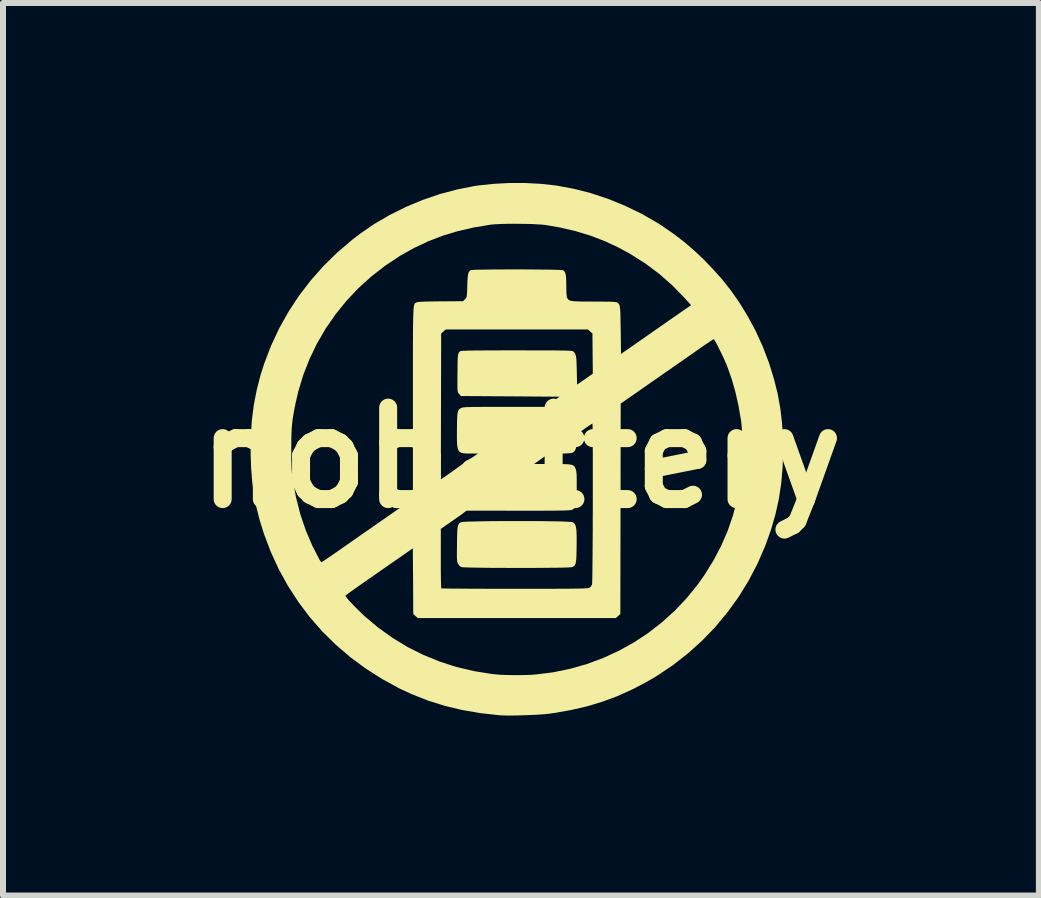
<source format=kicad_pcb>
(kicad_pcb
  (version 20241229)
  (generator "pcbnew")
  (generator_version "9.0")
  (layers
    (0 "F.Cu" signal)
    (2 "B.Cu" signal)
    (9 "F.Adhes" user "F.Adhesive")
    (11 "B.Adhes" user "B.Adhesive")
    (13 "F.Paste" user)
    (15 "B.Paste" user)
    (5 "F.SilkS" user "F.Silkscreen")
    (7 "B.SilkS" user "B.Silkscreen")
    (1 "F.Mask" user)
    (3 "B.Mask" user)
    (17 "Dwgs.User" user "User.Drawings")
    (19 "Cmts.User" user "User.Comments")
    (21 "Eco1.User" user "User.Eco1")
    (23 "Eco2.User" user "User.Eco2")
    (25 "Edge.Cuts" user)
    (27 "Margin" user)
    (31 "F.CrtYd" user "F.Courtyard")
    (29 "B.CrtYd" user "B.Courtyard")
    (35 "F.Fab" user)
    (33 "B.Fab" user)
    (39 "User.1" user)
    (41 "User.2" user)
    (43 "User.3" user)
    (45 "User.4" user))
  (footprint "nobattery"
    (layer "F.Cu")
    (at 5.632 4.578)
    (property "Reference" "nobattery" (at 0 0 0) (layer "F.SilkS") (effects (font (size 1.524 1.524) (thickness 0.3))))
    (attr board_only exclude_from_pos_files exclude_from_bom)
    (fp_poly (pts (xy 0.123 1.055) (xy 0.247 1.056) (xy 0.367 1.057) (xy 0.478 1.059) (xy 0.579 1.06) (xy 0.669 1.062) (xy 0.743 1.065) (xy 0.802 1.068) (xy 0.841 1.071) (xy 0.859 1.075) (xy 0.88 1.088) (xy 0.897 1.105) (xy 0.909 1.129) (xy 0.918 1.163) (xy 0.924 1.209) (xy 0.927 1.269) (xy 0.928 1.347) (xy 0.928 1.444) (xy 0.927 1.471) (xy 0.926 1.566) (xy 0.924 1.64) (xy 0.921 1.697) (xy 0.915 1.739) (xy 0.908 1.769) (xy 0.898 1.791) (xy 0.884 1.805) (xy 0.865 1.817) (xy 0.853 1.822) (xy 0.836 1.825) (xy 0.797 1.828) (xy 0.74 1.83) (xy 0.666 1.832) (xy 0.578 1.833) (xy 0.478 1.834) (xy 0.367 1.835) (xy 0.249 1.836) (xy 0.125 1.837) (xy -0.002 1.837) (xy -0.131 1.837) (xy -0.258 1.836) (xy -0.383 1.836) (xy -0.501 1.835) (xy -0.613 1.834) (xy -0.714 1.832) (xy -0.804 1.831) (xy -0.879 1.829) (xy -0.938 1.827) (xy -0.979 1.824) (xy -0.998 1.821) (xy -0.999 1.821) (xy -1.024 1.801) (xy -1.047 1.771) (xy -1.049 1.766) (xy -1.056 1.752) (xy -1.061 1.734) (xy -1.064 1.712) (xy -1.067 1.681) (xy -1.068 1.637) (xy -1.068 1.579) (xy -1.067 1.504) (xy -1.066 1.435) (xy -1.065 1.339) (xy -1.063 1.263) (xy -1.06 1.205) (xy -1.055 1.162) (xy -1.049 1.131) (xy -1.04 1.109) (xy -1.029 1.094) (xy -1.013 1.083) (xy -1 1.075) (xy -0.981 1.071) (xy -0.942 1.068) (xy -0.883 1.065) (xy -0.808 1.063) (xy -0.719 1.061) (xy -0.618 1.059) (xy -0.506 1.057) (xy -0.387 1.056) (xy -0.262 1.056) (xy -0.134 1.055) (xy -0.005 1.055)) (stroke (width 0) (type solid)) (fill yes) (layer "F.SilkS"))
    (fp_poly (pts (xy 0.073 -4.578) (xy 0.337 -4.564) (xy 0.581 -4.537) (xy 0.872 -4.484) (xy 1.163 -4.41) (xy 1.452 -4.314) (xy 1.734 -4.199) (xy 2.009 -4.066) (xy 2.271 -3.915) (xy 2.353 -3.863) (xy 2.541 -3.733) (xy 2.718 -3.598) (xy 2.886 -3.454) (xy 3.051 -3.298) (xy 3.215 -3.126) (xy 3.339 -2.987) (xy 3.497 -2.79) (xy 3.646 -2.576) (xy 3.786 -2.346) (xy 3.914 -2.106) (xy 4.027 -1.858) (xy 4.123 -1.608) (xy 4.143 -1.551) (xy 4.218 -1.304) (xy 4.278 -1.065) (xy 4.321 -0.827) (xy 4.35 -0.585) (xy 4.366 -0.333) (xy 4.369 -0.143) (xy 4.361 0.145) (xy 4.338 0.42) (xy 4.298 0.685) (xy 4.241 0.944) (xy 4.166 1.202) (xy 4.073 1.463) (xy 4.07 1.47) (xy 3.942 1.765) (xy 3.794 2.048) (xy 3.627 2.319) (xy 3.441 2.576) (xy 3.239 2.82) (xy 3.019 3.048) (xy 2.784 3.26) (xy 2.533 3.456) (xy 2.268 3.634) (xy 2.091 3.738) (xy 1.851 3.863) (xy 1.61 3.972) (xy 1.365 4.063) (xy 1.112 4.14) (xy 0.848 4.202) (xy 0.568 4.252) (xy 0.476 4.265) (xy 0.416 4.272) (xy 0.337 4.278) (xy 0.246 4.284) (xy 0.146 4.288) (xy 0.042 4.292) (xy -0.06 4.295) (xy -0.157 4.296) (xy -0.243 4.296) (xy -0.315 4.294) (xy -0.354 4.292) (xy -0.672 4.257) (xy -0.975 4.205) (xy -1.266 4.136) (xy -1.547 4.048) (xy -1.818 3.941) (xy -2.028 3.844) (xy -2.315 3.687) (xy -2.588 3.513) (xy -2.846 3.322) (xy -3.088 3.115) (xy -3.313 2.893) (xy -3.521 2.655) (xy -3.711 2.402) (xy -3.777 2.3) (xy -2.926 2.3) (xy -2.92 2.313) (xy -2.899 2.339) (xy -2.868 2.377) (xy -2.827 2.421) (xy -2.779 2.471) (xy -2.727 2.524) (xy -2.674 2.576) (xy -2.622 2.626) (xy -2.607 2.64) (xy -2.379 2.831) (xy -2.139 3.003) (xy -1.889 3.155) (xy -1.627 3.286) (xy -1.355 3.397) (xy -1.075 3.487) (xy -0.785 3.556) (xy -0.488 3.603) (xy -0.394 3.613) (xy -0.321 3.618) (xy -0.232 3.621) (xy -0.131 3.623) (xy -0.027 3.623) (xy 0.074 3.621) (xy 0.167 3.618) (xy 0.238 3.613) (xy 0.531 3.577) (xy 0.817 3.518) (xy 1.097 3.439) (xy 1.368 3.338) (xy 1.63 3.218) (xy 1.882 3.078) (xy 2.123 2.919) (xy 2.35 2.742) (xy 2.565 2.548) (xy 2.764 2.337) (xy 2.948 2.11) (xy 3.055 1.958) (xy 3.205 1.718) (xy 3.334 1.473) (xy 3.443 1.223) (xy 3.532 0.964) (xy 3.603 0.693) (xy 3.657 0.409) (xy 3.668 0.337) (xy 3.676 0.259) (xy 3.683 0.164) (xy 3.687 0.055) (xy 3.69 -0.062) (xy 3.69 -0.181) (xy 3.688 -0.299) (xy 3.684 -0.41) (xy 3.679 -0.51) (xy 3.671 -0.592) (xy 3.668 -0.616) (xy 3.626 -0.861) (xy 3.575 -1.09) (xy 3.513 -1.307) (xy 3.439 -1.517) (xy 3.437 -1.522) (xy 3.417 -1.571) (xy 3.392 -1.628) (xy 3.363 -1.691) (xy 3.333 -1.754) (xy 3.302 -1.816) (xy 3.274 -1.873) (xy 3.249 -1.92) (xy 3.229 -1.954) (xy 3.216 -1.973) (xy 3.213 -1.975) (xy 3.2 -1.969) (xy 3.171 -1.951) (xy 3.129 -1.923) (xy 3.076 -1.888) (xy 3.017 -1.847) (xy 2.988 -1.827) (xy 2.911 -1.773) (xy 2.826 -1.713) (xy 2.739 -1.653) (xy 2.658 -1.596) (xy 2.594 -1.552) (xy 2.534 -1.51) (xy 2.46 -1.458) (xy 2.376 -1.4) (xy 2.288 -1.338) (xy 2.2 -1.277) (xy 2.126 -1.226) (xy 2.049 -1.172) (xy 1.974 -1.119) (xy 1.903 -1.07) (xy 1.841 -1.027) (xy 1.79 -0.992) (xy 1.755 -0.967) (xy 1.752 -0.965) (xy 1.662 -0.904) (xy 1.656 2.605) (xy 1.618 2.639) (xy 1.58 2.672) (xy -1.719 2.672) (xy -1.757 2.639) (xy -1.795 2.605) (xy -1.798 2.057) (xy -1.801 1.678) (xy -1.336 1.678) (xy -1.336 1.782) (xy -1.336 1.88) (xy -1.335 1.967) (xy -1.334 2.043) (xy -1.332 2.104) (xy -1.331 2.148) (xy -1.329 2.172) (xy -1.328 2.177) (xy -1.316 2.178) (xy -1.282 2.179) (xy -1.228 2.18) (xy -1.155 2.181) (xy -1.065 2.181) (xy -0.959 2.182) (xy -0.839 2.183) (xy -0.707 2.183) (xy -0.564 2.184) (xy -0.411 2.184) (xy -0.251 2.184) (xy -0.102 2.184) (xy 0.094 2.184) (xy 0.269 2.184) (xy 0.423 2.184) (xy 0.558 2.184) (xy 0.674 2.183) (xy 0.774 2.183) (xy 0.859 2.182) (xy 0.93 2.181) (xy 0.988 2.18) (xy 1.034 2.179) (xy 1.07 2.177) (xy 1.098 2.175) (xy 1.118 2.173) (xy 1.131 2.171) (xy 1.14 2.168) (xy 1.144 2.166) (xy 1.168 2.142) (xy 1.184 2.112) (xy 1.186 2.097) (xy 1.187 2.06) (xy 1.189 2.004) (xy 1.19 1.93) (xy 1.191 1.841) (xy 1.192 1.737) (xy 1.193 1.622) (xy 1.194 1.495) (xy 1.195 1.36) (xy 1.196 1.218) (xy 1.196 1.07) (xy 1.197 0.919) (xy 1.197 0.767) (xy 1.197 0.614) (xy 1.197 0.464) (xy 1.197 0.316) (xy 1.197 0.175) (xy 1.197 0.04) (xy 1.197 -0.086) (xy 1.196 -0.201) (xy 1.196 -0.304) (xy 1.195 -0.392) (xy 1.194 -0.465) (xy 1.193 -0.52) (xy 1.192 -0.555) (xy 1.19 -0.569) (xy 1.19 -0.569) (xy 1.179 -0.563) (xy 1.152 -0.546) (xy 1.114 -0.52) (xy 1.068 -0.488) (xy 1.058 -0.481) (xy 0.932 -0.393) (xy 0.928 -0.274) (xy 0.923 -0.203) (xy 0.914 -0.152) (xy 0.898 -0.116) (xy 0.876 -0.093) (xy 0.853 -0.081) (xy 0.831 -0.077) (xy 0.791 -0.074) (xy 0.738 -0.071) (xy 0.676 -0.07) (xy 0.644 -0.07) (xy 0.464 -0.07) (xy 0.341 0.017) (xy 0.218 0.105) (xy 0.522 0.105) (xy 0.622 0.105) (xy 0.702 0.106) (xy 0.764 0.108) (xy 0.811 0.112) (xy 0.845 0.118) (xy 0.869 0.128) (xy 0.886 0.141) (xy 0.898 0.158) (xy 0.908 0.179) (xy 0.911 0.187) (xy 0.918 0.206) (xy 0.922 0.23) (xy 0.926 0.262) (xy 0.928 0.305) (xy 0.929 0.363) (xy 0.929 0.438) (xy 0.929 0.498) (xy 0.928 0.596) (xy 0.926 0.673) (xy 0.923 0.732) (xy 0.917 0.776) (xy 0.909 0.809) (xy 0.899 0.831) (xy 0.884 0.847) (xy 0.866 0.86) (xy 0.86 0.863) (xy 0.851 0.867) (xy 0.839 0.87) (xy 0.824 0.873) (xy 0.803 0.875) (xy 0.774 0.877) (xy 0.736 0.879) (xy 0.688 0.88) (xy 0.627 0.881) (xy 0.553 0.882) (xy 0.463 0.882) (xy 0.356 0.883) (xy 0.23 0.883) (xy 0.084 0.883) (xy -0.044 0.883) (xy -0.908 0.882) (xy -0.951 0.915) (xy -0.974 0.933) (xy -1.013 0.961) (xy -1.063 0.996) (xy -1.119 1.035) (xy -1.165 1.067) (xy -1.336 1.186) (xy -1.336 1.678) (xy -1.801 1.678) (xy -1.802 1.509) (xy -1.891 1.572) (xy -1.925 1.595) (xy -1.973 1.629) (xy -2.034 1.672) (xy -2.104 1.72) (xy -2.18 1.772) (xy -2.257 1.826) (xy -2.266 1.832) (xy -2.406 1.93) (xy -2.527 2.014) (xy -2.631 2.087) (xy -2.718 2.148) (xy -2.789 2.198) (xy -2.844 2.237) (xy -2.884 2.267) (xy -2.911 2.287) (xy -2.924 2.298) (xy -2.926 2.3) (xy -3.777 2.3) (xy -3.883 2.136) (xy -4.037 1.857) (xy -4.171 1.565) (xy -4.286 1.261) (xy -4.287 1.258) (xy -4.354 1.041) (xy -4.408 0.829) (xy -4.449 0.617) (xy -4.479 0.399) (xy -4.497 0.17) (xy -4.505 -0.048) (xy -4.505 -0.139) (xy -3.828 -0.139) (xy -3.828 -0.034) (xy -3.827 0.052) (xy -3.825 0.123) (xy -3.823 0.183) (xy -3.819 0.236) (xy -3.814 0.287) (xy -3.807 0.338) (xy -3.802 0.374) (xy -3.748 0.665) (xy -3.677 0.942) (xy -3.587 1.207) (xy -3.479 1.463) (xy -3.36 1.694) (xy -3.343 1.722) (xy -3.331 1.74) (xy -3.327 1.743) (xy -3.316 1.737) (xy -3.289 1.719) (xy -3.25 1.694) (xy -3.203 1.661) (xy -3.174 1.642) (xy -3.124 1.607) (xy -3.059 1.562) (xy -2.984 1.51) (xy -2.903 1.453) (xy -2.821 1.396) (xy -2.754 1.349) (xy -2.674 1.293) (xy -2.591 1.235) (xy -2.51 1.179) (xy -2.435 1.127) (xy -2.371 1.082) (xy -2.33 1.054) (xy -2.268 1.011) (xy -2.195 0.96) (xy -2.116 0.905) (xy -2.039 0.851) (xy -1.99 0.817) (xy -1.801 0.684) (xy -1.801 0.362) (xy -1.336 0.362) (xy -1.24 0.296) (xy -1.189 0.26) (xy -1.135 0.222) (xy -1.088 0.188) (xy -1.075 0.178) (xy -1.034 0.149) (xy -0.994 0.12) (xy -0.964 0.1) (xy -0.938 0.082) (xy -0.898 0.055) (xy -0.851 0.023) (xy -0.82 0.002) (xy -0.716 -0.07) (xy -0.85 -0.07) (xy -0.909 -0.07) (xy -0.956 -0.074) (xy -0.993 -0.082) (xy -1.021 -0.097) (xy -1.041 -0.122) (xy -1.055 -0.158) (xy -1.063 -0.208) (xy -1.067 -0.274) (xy -1.068 -0.359) (xy -1.067 -0.464) (xy -1.067 -0.482) (xy -1.066 -0.576) (xy -1.064 -0.65) (xy -1.061 -0.706) (xy -1.056 -0.747) (xy -1.049 -0.776) (xy -1.039 -0.797) (xy -1.026 -0.811) (xy -1.008 -0.823) (xy -0.992 -0.831) (xy -0.981 -0.835) (xy -0.965 -0.838) (xy -0.942 -0.84) (xy -0.91 -0.843) (xy -0.867 -0.844) (xy -0.812 -0.846) (xy -0.743 -0.847) (xy -0.657 -0.847) (xy -0.554 -0.848) (xy -0.431 -0.848) (xy -0.287 -0.848) (xy 0.402 -0.848) (xy 0.522 -0.932) (xy 0.643 -1.017) (xy -0.179 -1.023) (xy -1.001 -1.028) (xy -1.029 -1.061) (xy -1.038 -1.071) (xy -1.045 -1.081) (xy -1.051 -1.093) (xy -1.055 -1.11) (xy -1.057 -1.134) (xy -1.059 -1.169) (xy -1.059 -1.216) (xy -1.059 -1.279) (xy -1.059 -1.36) (xy -1.058 -1.445) (xy -1.057 -1.537) (xy -1.056 -1.608) (xy -1.054 -1.663) (xy -1.05 -1.703) (xy -1.044 -1.731) (xy -1.037 -1.75) (xy -1.026 -1.764) (xy -1.012 -1.774) (xy -1.009 -1.776) (xy -0.998 -1.779) (xy -0.975 -1.781) (xy -0.937 -1.783) (xy -0.884 -1.785) (xy -0.815 -1.786) (xy -0.729 -1.788) (xy -0.625 -1.788) (xy -0.501 -1.789) (xy -0.357 -1.789) (xy -0.191 -1.79) (xy -0.067 -1.79) (xy 0.101 -1.789) (xy 0.248 -1.789) (xy 0.374 -1.789) (xy 0.482 -1.789) (xy 0.573 -1.788) (xy 0.648 -1.787) (xy 0.709 -1.786) (xy 0.758 -1.785) (xy 0.796 -1.783) (xy 0.824 -1.782) (xy 0.844 -1.779) (xy 0.858 -1.777) (xy 0.868 -1.774) (xy 0.873 -1.77) (xy 0.875 -1.769) (xy 0.89 -1.753) (xy 0.902 -1.736) (xy 0.911 -1.714) (xy 0.918 -1.684) (xy 0.923 -1.643) (xy 0.926 -1.586) (xy 0.928 -1.512) (xy 0.93 -1.461) (xy 0.935 -1.219) (xy 1.066 -1.309) (xy 1.197 -1.4) (xy 1.191 -2.07) (xy 1.153 -2.104) (xy 1.115 -2.138) (xy -1.255 -2.138) (xy -1.292 -2.104) (xy -1.33 -2.07) (xy -1.333 -0.854) (xy -1.336 0.362) (xy -1.801 0.362) (xy -1.801 -0.908) (xy -1.801 -1.137) (xy -1.801 -1.343) (xy -1.801 -1.529) (xy -1.801 -1.694) (xy -1.801 -1.841) (xy -1.8 -1.971) (xy -1.8 -2.084) (xy -1.799 -2.181) (xy -1.797 -2.265) (xy -1.796 -2.336) (xy -1.794 -2.395) (xy -1.792 -2.443) (xy -1.789 -2.482) (xy -1.786 -2.512) (xy -1.782 -2.536) (xy -1.777 -2.553) (xy -1.772 -2.565) (xy -1.767 -2.573) (xy -1.76 -2.579) (xy -1.753 -2.583) (xy -1.745 -2.587) (xy -1.739 -2.59) (xy -1.721 -2.594) (xy -1.684 -2.598) (xy -1.626 -2.601) (xy -1.547 -2.603) (xy -1.447 -2.605) (xy -1.339 -2.606) (xy -0.965 -2.609) (xy -0.933 -2.641) (xy -0.921 -2.653) (xy -0.912 -2.666) (xy -0.906 -2.682) (xy -0.902 -2.706) (xy -0.899 -2.742) (xy -0.897 -2.793) (xy -0.895 -2.863) (xy -0.895 -2.867) (xy -0.892 -2.948) (xy -0.888 -3.009) (xy -0.882 -3.053) (xy -0.874 -3.084) (xy -0.862 -3.105) (xy -0.847 -3.119) (xy -0.836 -3.126) (xy -0.82 -3.128) (xy -0.783 -3.131) (xy -0.728 -3.133) (xy -0.656 -3.134) (xy -0.571 -3.135) (xy -0.475 -3.137) (xy -0.37 -3.137) (xy -0.259 -3.138) (xy -0.144 -3.138) (xy -0.027 -3.138) (xy 0.089 -3.138) (xy 0.201 -3.137) (xy 0.308 -3.136) (xy 0.407 -3.135) (xy 0.496 -3.134) (xy 0.571 -3.132) (xy 0.631 -3.13) (xy 0.674 -3.128) (xy 0.696 -3.126) (xy 0.698 -3.125) (xy 0.719 -3.11) (xy 0.734 -3.089) (xy 0.744 -3.057) (xy 0.751 -3.013) (xy 0.754 -2.951) (xy 0.755 -2.871) (xy 0.756 -2.792) (xy 0.759 -2.729) (xy 0.764 -2.686) (xy 0.769 -2.666) (xy 0.778 -2.65) (xy 0.788 -2.636) (xy 0.803 -2.626) (xy 0.824 -2.617) (xy 0.854 -2.612) (xy 0.896 -2.607) (xy 0.952 -2.605) (xy 1.023 -2.603) (xy 1.114 -2.603) (xy 1.217 -2.602) (xy 1.328 -2.602) (xy 1.418 -2.601) (xy 1.489 -2.6) (xy 1.541 -2.597) (xy 1.576 -2.594) (xy 1.597 -2.591) (xy 1.603 -2.588) (xy 1.617 -2.576) (xy 1.628 -2.565) (xy 1.637 -2.551) (xy 1.644 -2.533) (xy 1.649 -2.507) (xy 1.653 -2.471) (xy 1.656 -2.423) (xy 1.658 -2.36) (xy 1.659 -2.28) (xy 1.661 -2.18) (xy 1.662 -2.13) (xy 1.667 -1.73) (xy 1.807 -1.827) (xy 1.964 -1.937) (xy 2.104 -2.034) (xy 2.227 -2.12) (xy 2.334 -2.194) (xy 2.426 -2.259) (xy 2.505 -2.314) (xy 2.572 -2.36) (xy 2.627 -2.398) (xy 2.672 -2.43) (xy 2.708 -2.455) (xy 2.716 -2.46) (xy 2.835 -2.542) (xy 2.721 -2.668) (xy 2.519 -2.875) (xy 2.303 -3.065) (xy 2.072 -3.237) (xy 1.825 -3.394) (xy 1.615 -3.508) (xy 1.389 -3.613) (xy 1.155 -3.702) (xy 0.911 -3.776) (xy 0.653 -3.836) (xy 0.418 -3.877) (xy 0.358 -3.884) (xy 0.28 -3.889) (xy 0.187 -3.894) (xy 0.084 -3.897) (xy -0.024 -3.898) (xy -0.133 -3.899) (xy -0.238 -3.898) (xy -0.336 -3.895) (xy -0.421 -3.891) (xy -0.489 -3.886) (xy -0.511 -3.883) (xy -0.792 -3.836) (xy -1.056 -3.775) (xy -1.307 -3.699) (xy -1.547 -3.606) (xy -1.781 -3.496) (xy -2.01 -3.368) (xy -2.016 -3.364) (xy -2.262 -3.201) (xy -2.493 -3.021) (xy -2.709 -2.826) (xy -2.908 -2.615) (xy -3.089 -2.391) (xy -3.253 -2.155) (xy -3.398 -1.906) (xy -3.523 -1.647) (xy -3.628 -1.379) (xy -3.712 -1.102) (xy -3.758 -0.901) (xy -3.778 -0.8) (xy -3.794 -0.712) (xy -3.806 -0.633) (xy -3.815 -0.556) (xy -3.821 -0.477) (xy -3.825 -0.391) (xy -3.827 -0.293) (xy -3.828 -0.178) (xy -3.828 -0.139) (xy -4.505 -0.139) (xy -4.503 -0.337) (xy -4.486 -0.612) (xy -4.453 -0.876) (xy -4.403 -1.134) (xy -4.337 -1.388) (xy -4.279 -1.569) (xy -4.164 -1.868) (xy -4.029 -2.157) (xy -3.873 -2.435) (xy -3.698 -2.701) (xy -3.504 -2.954) (xy -3.291 -3.195) (xy -3.06 -3.421) (xy -2.813 -3.632) (xy -2.684 -3.731) (xy -2.444 -3.896) (xy -2.188 -4.045) (xy -1.919 -4.179) (xy -1.641 -4.295) (xy -1.356 -4.393) (xy -1.068 -4.47) (xy -0.78 -4.527) (xy -0.715 -4.537) (xy -0.46 -4.564) (xy -0.195 -4.578)) (stroke (width 0) (type solid)) (fill yes) (layer "F.SilkS")))
  (gr_rect
    (start -3 -3)
    (end 14.263 11.874)
    (stroke (width 0.1) (type default))
    (fill no)
    (layer "Edge.Cuts")))
</source>
